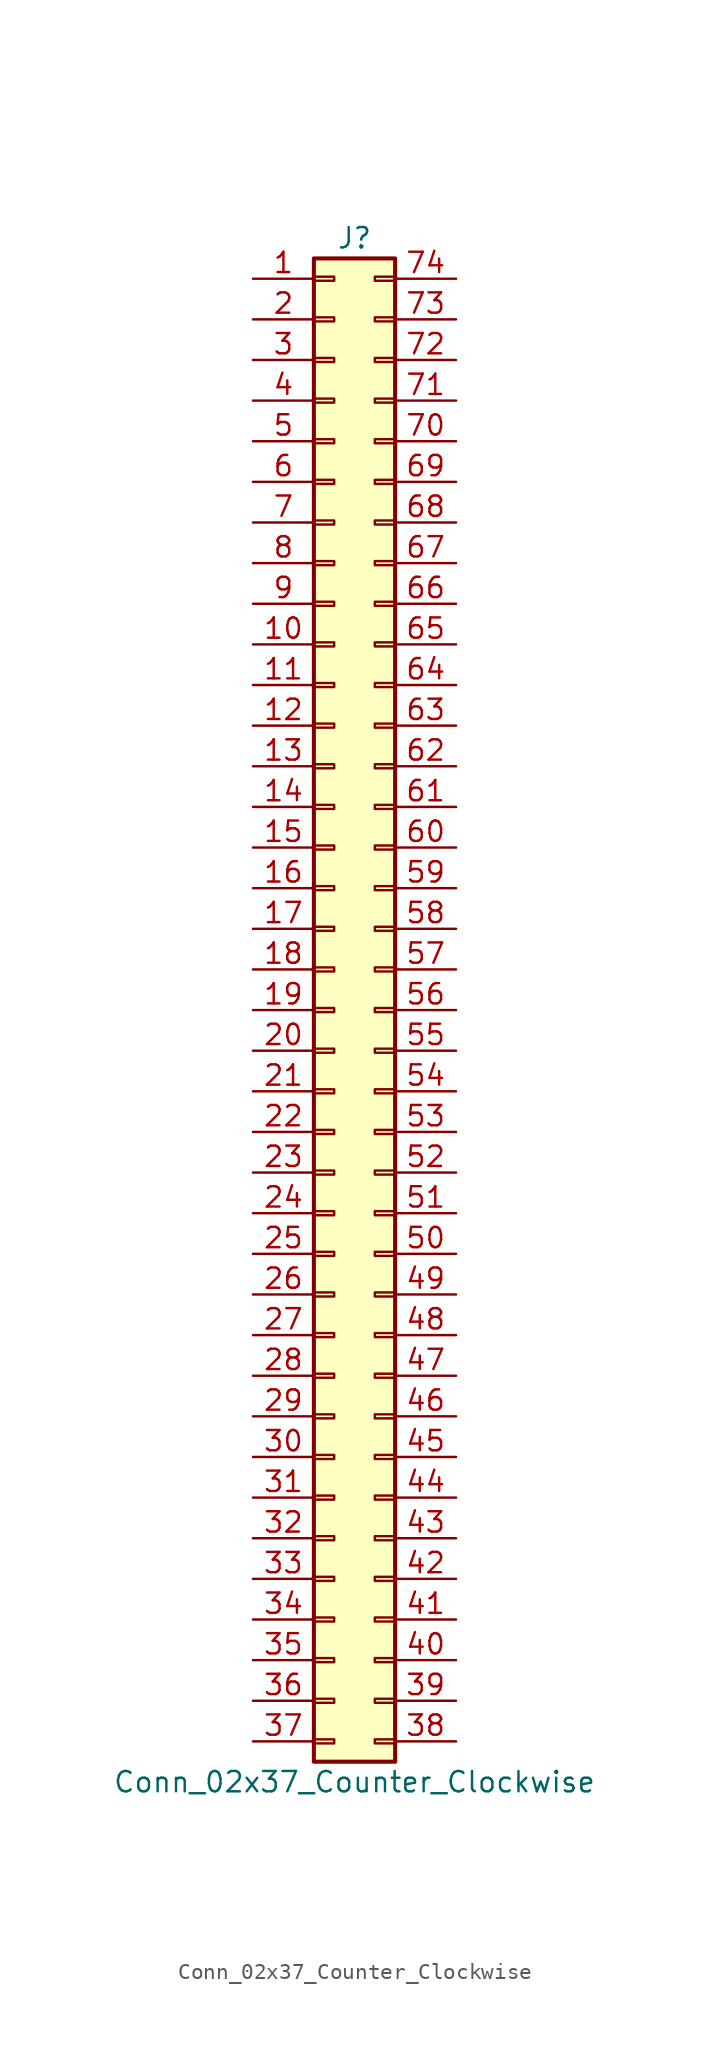
<source format=kicad_sym>
(kicad_symbol_lib
  (version 20211014)
  (generator kicad_symbol_editor)
  (symbol "Conn_02x37_Counter_Clockwise"
    (pin_names
      (offset 1.016) hide)
    (property "Reference" "J"
      (at 1.27 48.26 0)
      (effects (font (size 1.27 1.27))))
    (property "Value" "Conn_02x37_Counter_Clockwise"
      (at 1.27 -48.26 0)
      (effects (font (size 1.27 1.27))))
    (symbol "Conn_02x37_Counter_Clockwise_1_1"
      (rectangle (start -1.27 -45.593) (end 0 -45.847) (stroke (width 0.152) (type default) (color 0 0 0 0)) (fill (type none)))
      (rectangle (start -1.27 -43.053) (end 0 -43.307) (stroke (width 0.152) (type default) (color 0 0 0 0)) (fill (type none)))
      (rectangle (start -1.27 -40.513) (end 0 -40.767) (stroke (width 0.152) (type default) (color 0 0 0 0)) (fill (type none)))
      (rectangle (start -1.27 -37.973) (end 0 -38.227) (stroke (width 0.152) (type default) (color 0 0 0 0)) (fill (type none)))
      (rectangle (start -1.27 -35.433) (end 0 -35.687) (stroke (width 0.152) (type default) (color 0 0 0 0)) (fill (type none)))
      (rectangle (start -1.27 -32.893) (end 0 -33.147) (stroke (width 0.152) (type default) (color 0 0 0 0)) (fill (type none)))
      (rectangle (start -1.27 -30.353) (end 0 -30.607) (stroke (width 0.152) (type default) (color 0 0 0 0)) (fill (type none)))
      (rectangle (start -1.27 -27.813) (end 0 -28.067) (stroke (width 0.152) (type default) (color 0 0 0 0)) (fill (type none)))
      (rectangle (start -1.27 -25.273) (end 0 -25.527) (stroke (width 0.152) (type default) (color 0 0 0 0)) (fill (type none)))
      (rectangle (start -1.27 -22.733) (end 0 -22.987) (stroke (width 0.152) (type default) (color 0 0 0 0)) (fill (type none)))
      (rectangle (start -1.27 -20.193) (end 0 -20.447) (stroke (width 0.152) (type default) (color 0 0 0 0)) (fill (type none)))
      (rectangle (start -1.27 -17.653) (end 0 -17.907) (stroke (width 0.152) (type default) (color 0 0 0 0)) (fill (type none)))
      (rectangle (start -1.27 -15.113) (end 0 -15.367) (stroke (width 0.152) (type default) (color 0 0 0 0)) (fill (type none)))
      (rectangle (start -1.27 -12.573) (end 0 -12.827) (stroke (width 0.152) (type default) (color 0 0 0 0)) (fill (type none)))
      (rectangle (start -1.27 -10.033) (end 0 -10.287) (stroke (width 0.152) (type default) (color 0 0 0 0)) (fill (type none)))
      (rectangle (start -1.27 -7.493) (end 0 -7.747) (stroke (width 0.152) (type default) (color 0 0 0 0)) (fill (type none)))
      (rectangle (start -1.27 -4.953) (end 0 -5.207) (stroke (width 0.152) (type default) (color 0 0 0 0)) (fill (type none)))
      (rectangle (start -1.27 -2.413) (end 0 -2.667) (stroke (width 0.152) (type default) (color 0 0 0 0)) (fill (type none)))
      (rectangle (start -1.27 0.127) (end 0 -0.127) (stroke (width 0.152) (type default) (color 0 0 0 0)) (fill (type none)))
      (rectangle (start -1.27 2.667) (end 0 2.413) (stroke (width 0.152) (type default) (color 0 0 0 0)) (fill (type none)))
      (rectangle (start -1.27 5.207) (end 0 4.953) (stroke (width 0.152) (type default) (color 0 0 0 0)) (fill (type none)))
      (rectangle (start -1.27 7.747) (end 0 7.493) (stroke (width 0.152) (type default) (color 0 0 0 0)) (fill (type none)))
      (rectangle (start -1.27 10.287) (end 0 10.033) (stroke (width 0.152) (type default) (color 0 0 0 0)) (fill (type none)))
      (rectangle (start -1.27 12.827) (end 0 12.573) (stroke (width 0.152) (type default) (color 0 0 0 0)) (fill (type none)))
      (rectangle (start -1.27 15.367) (end 0 15.113) (stroke (width 0.152) (type default) (color 0 0 0 0)) (fill (type none)))
      (rectangle (start -1.27 17.907) (end 0 17.653) (stroke (width 0.152) (type default) (color 0 0 0 0)) (fill (type none)))
      (rectangle (start -1.27 20.447) (end 0 20.193) (stroke (width 0.152) (type default) (color 0 0 0 0)) (fill (type none)))
      (rectangle (start -1.27 22.987) (end 0 22.733) (stroke (width 0.152) (type default) (color 0 0 0 0)) (fill (type none)))
      (rectangle (start -1.27 25.527) (end 0 25.273) (stroke (width 0.152) (type default) (color 0 0 0 0)) (fill (type none)))
      (rectangle (start -1.27 28.067) (end 0 27.813) (stroke (width 0.152) (type default) (color 0 0 0 0)) (fill (type none)))
      (rectangle (start -1.27 30.607) (end 0 30.353) (stroke (width 0.152) (type default) (color 0 0 0 0)) (fill (type none)))
      (rectangle (start -1.27 33.147) (end 0 32.893) (stroke (width 0.152) (type default) (color 0 0 0 0)) (fill (type none)))
      (rectangle (start -1.27 35.687) (end 0 35.433) (stroke (width 0.152) (type default) (color 0 0 0 0)) (fill (type none)))
      (rectangle (start -1.27 38.227) (end 0 37.973) (stroke (width 0.152) (type default) (color 0 0 0 0)) (fill (type none)))
      (rectangle (start -1.27 40.767) (end 0 40.513) (stroke (width 0.152) (type default) (color 0 0 0 0)) (fill (type none)))
      (rectangle (start -1.27 43.307) (end 0 43.053) (stroke (width 0.152) (type default) (color 0 0 0 0)) (fill (type none)))
      (rectangle (start -1.27 45.847) (end 0 45.593) (stroke (width 0.152) (type default) (color 0 0 0 0)) (fill (type none)))
      (rectangle (start -1.27 46.99) (end 3.81 -46.99) (stroke (width 0.254) (type default) (color 0 0 0 0)) (fill (type background)))
      (rectangle (start 3.81 -45.593) (end 2.54 -45.847) (stroke (width 0.152) (type default) (color 0 0 0 0)) (fill (type none)))
      (rectangle (start 3.81 -43.053) (end 2.54 -43.307) (stroke (width 0.152) (type default) (color 0 0 0 0)) (fill (type none)))
      (rectangle (start 3.81 -40.513) (end 2.54 -40.767) (stroke (width 0.152) (type default) (color 0 0 0 0)) (fill (type none)))
      (rectangle (start 3.81 -37.973) (end 2.54 -38.227) (stroke (width 0.152) (type default) (color 0 0 0 0)) (fill (type none)))
      (rectangle (start 3.81 -35.433) (end 2.54 -35.687) (stroke (width 0.152) (type default) (color 0 0 0 0)) (fill (type none)))
      (rectangle (start 3.81 -32.893) (end 2.54 -33.147) (stroke (width 0.152) (type default) (color 0 0 0 0)) (fill (type none)))
      (rectangle (start 3.81 -30.353) (end 2.54 -30.607) (stroke (width 0.152) (type default) (color 0 0 0 0)) (fill (type none)))
      (rectangle (start 3.81 -27.813) (end 2.54 -28.067) (stroke (width 0.152) (type default) (color 0 0 0 0)) (fill (type none)))
      (rectangle (start 3.81 -25.273) (end 2.54 -25.527) (stroke (width 0.152) (type default) (color 0 0 0 0)) (fill (type none)))
      (rectangle (start 3.81 -22.733) (end 2.54 -22.987) (stroke (width 0.152) (type default) (color 0 0 0 0)) (fill (type none)))
      (rectangle (start 3.81 -20.193) (end 2.54 -20.447) (stroke (width 0.152) (type default) (color 0 0 0 0)) (fill (type none)))
      (rectangle (start 3.81 -17.653) (end 2.54 -17.907) (stroke (width 0.152) (type default) (color 0 0 0 0)) (fill (type none)))
      (rectangle (start 3.81 -15.113) (end 2.54 -15.367) (stroke (width 0.152) (type default) (color 0 0 0 0)) (fill (type none)))
      (rectangle (start 3.81 -12.573) (end 2.54 -12.827) (stroke (width 0.152) (type default) (color 0 0 0 0)) (fill (type none)))
      (rectangle (start 3.81 -10.033) (end 2.54 -10.287) (stroke (width 0.152) (type default) (color 0 0 0 0)) (fill (type none)))
      (rectangle (start 3.81 -7.493) (end 2.54 -7.747) (stroke (width 0.152) (type default) (color 0 0 0 0)) (fill (type none)))
      (rectangle (start 3.81 -4.953) (end 2.54 -5.207) (stroke (width 0.152) (type default) (color 0 0 0 0)) (fill (type none)))
      (rectangle (start 3.81 -2.413) (end 2.54 -2.667) (stroke (width 0.152) (type default) (color 0 0 0 0)) (fill (type none)))
      (rectangle (start 3.81 0.127) (end 2.54 -0.127) (stroke (width 0.152) (type default) (color 0 0 0 0)) (fill (type none)))
      (rectangle (start 3.81 2.667) (end 2.54 2.413) (stroke (width 0.152) (type default) (color 0 0 0 0)) (fill (type none)))
      (rectangle (start 3.81 5.207) (end 2.54 4.953) (stroke (width 0.152) (type default) (color 0 0 0 0)) (fill (type none)))
      (rectangle (start 3.81 7.747) (end 2.54 7.493) (stroke (width 0.152) (type default) (color 0 0 0 0)) (fill (type none)))
      (rectangle (start 3.81 10.287) (end 2.54 10.033) (stroke (width 0.152) (type default) (color 0 0 0 0)) (fill (type none)))
      (rectangle (start 3.81 12.827) (end 2.54 12.573) (stroke (width 0.152) (type default) (color 0 0 0 0)) (fill (type none)))
      (rectangle (start 3.81 15.367) (end 2.54 15.113) (stroke (width 0.152) (type default) (color 0 0 0 0)) (fill (type none)))
      (rectangle (start 3.81 17.907) (end 2.54 17.653) (stroke (width 0.152) (type default) (color 0 0 0 0)) (fill (type none)))
      (rectangle (start 3.81 20.447) (end 2.54 20.193) (stroke (width 0.152) (type default) (color 0 0 0 0)) (fill (type none)))
      (rectangle (start 3.81 22.987) (end 2.54 22.733) (stroke (width 0.152) (type default) (color 0 0 0 0)) (fill (type none)))
      (rectangle (start 3.81 25.527) (end 2.54 25.273) (stroke (width 0.152) (type default) (color 0 0 0 0)) (fill (type none)))
      (rectangle (start 3.81 28.067) (end 2.54 27.813) (stroke (width 0.152) (type default) (color 0 0 0 0)) (fill (type none)))
      (rectangle (start 3.81 30.607) (end 2.54 30.353) (stroke (width 0.152) (type default) (color 0 0 0 0)) (fill (type none)))
      (rectangle (start 3.81 33.147) (end 2.54 32.893) (stroke (width 0.152) (type default) (color 0 0 0 0)) (fill (type none)))
      (rectangle (start 3.81 35.687) (end 2.54 35.433) (stroke (width 0.152) (type default) (color 0 0 0 0)) (fill (type none)))
      (rectangle (start 3.81 38.227) (end 2.54 37.973) (stroke (width 0.152) (type default) (color 0 0 0 0)) (fill (type none)))
      (rectangle (start 3.81 40.767) (end 2.54 40.513) (stroke (width 0.152) (type default) (color 0 0 0 0)) (fill (type none)))
      (rectangle (start 3.81 43.307) (end 2.54 43.053) (stroke (width 0.152) (type default) (color 0 0 0 0)) (fill (type none)))
      (rectangle (start 3.81 45.847) (end 2.54 45.593) (stroke (width 0.152) (type default) (color 0 0 0 0)) (fill (type none)))
      (pin passive line (at -5.08 45.72 0) (length 3.81) (name "Pin_1" (effects (font (size 1.27 1.27)))) (number "1" (effects (font (size 1.27 1.27)))))
      (pin passive line (at -5.08 22.86 0) (length 3.81) (name "Pin_10" (effects (font (size 1.27 1.27)))) (number "10" (effects (font (size 1.27 1.27)))))
      (pin passive line (at -5.08 20.32 0) (length 3.81) (name "Pin_11" (effects (font (size 1.27 1.27)))) (number "11" (effects (font (size 1.27 1.27)))))
      (pin passive line (at -5.08 17.78 0) (length 3.81) (name "Pin_12" (effects (font (size 1.27 1.27)))) (number "12" (effects (font (size 1.27 1.27)))))
      (pin passive line (at -5.08 15.24 0) (length 3.81) (name "Pin_13" (effects (font (size 1.27 1.27)))) (number "13" (effects (font (size 1.27 1.27)))))
      (pin passive line (at -5.08 12.7 0) (length 3.81) (name "Pin_14" (effects (font (size 1.27 1.27)))) (number "14" (effects (font (size 1.27 1.27)))))
      (pin passive line (at -5.08 10.16 0) (length 3.81) (name "Pin_15" (effects (font (size 1.27 1.27)))) (number "15" (effects (font (size 1.27 1.27)))))
      (pin passive line (at -5.08 7.62 0) (length 3.81) (name "Pin_16" (effects (font (size 1.27 1.27)))) (number "16" (effects (font (size 1.27 1.27)))))
      (pin passive line (at -5.08 5.08 0) (length 3.81) (name "Pin_17" (effects (font (size 1.27 1.27)))) (number "17" (effects (font (size 1.27 1.27)))))
      (pin passive line (at -5.08 2.54 0) (length 3.81) (name "Pin_18" (effects (font (size 1.27 1.27)))) (number "18" (effects (font (size 1.27 1.27)))))
      (pin passive line (at -5.08 0 0) (length 3.81) (name "Pin_19" (effects (font (size 1.27 1.27)))) (number "19" (effects (font (size 1.27 1.27)))))
      (pin passive line (at -5.08 43.18 0) (length 3.81) (name "Pin_2" (effects (font (size 1.27 1.27)))) (number "2" (effects (font (size 1.27 1.27)))))
      (pin passive line (at -5.08 -2.54 0) (length 3.81) (name "Pin_20" (effects (font (size 1.27 1.27)))) (number "20" (effects (font (size 1.27 1.27)))))
      (pin passive line (at -5.08 -5.08 0) (length 3.81) (name "Pin_21" (effects (font (size 1.27 1.27)))) (number "21" (effects (font (size 1.27 1.27)))))
      (pin passive line (at -5.08 -7.62 0) (length 3.81) (name "Pin_22" (effects (font (size 1.27 1.27)))) (number "22" (effects (font (size 1.27 1.27)))))
      (pin passive line (at -5.08 -10.16 0) (length 3.81) (name "Pin_23" (effects (font (size 1.27 1.27)))) (number "23" (effects (font (size 1.27 1.27)))))
      (pin passive line (at -5.08 -12.7 0) (length 3.81) (name "Pin_24" (effects (font (size 1.27 1.27)))) (number "24" (effects (font (size 1.27 1.27)))))
      (pin passive line (at -5.08 -15.24 0) (length 3.81) (name "Pin_25" (effects (font (size 1.27 1.27)))) (number "25" (effects (font (size 1.27 1.27)))))
      (pin passive line (at -5.08 -17.78 0) (length 3.81) (name "Pin_26" (effects (font (size 1.27 1.27)))) (number "26" (effects (font (size 1.27 1.27)))))
      (pin passive line (at -5.08 -20.32 0) (length 3.81) (name "Pin_27" (effects (font (size 1.27 1.27)))) (number "27" (effects (font (size 1.27 1.27)))))
      (pin passive line (at -5.08 -22.86 0) (length 3.81) (name "Pin_28" (effects (font (size 1.27 1.27)))) (number "28" (effects (font (size 1.27 1.27)))))
      (pin passive line (at -5.08 -25.4 0) (length 3.81) (name "Pin_29" (effects (font (size 1.27 1.27)))) (number "29" (effects (font (size 1.27 1.27)))))
      (pin passive line (at -5.08 40.64 0) (length 3.81) (name "Pin_3" (effects (font (size 1.27 1.27)))) (number "3" (effects (font (size 1.27 1.27)))))
      (pin passive line (at -5.08 -27.94 0) (length 3.81) (name "Pin_30" (effects (font (size 1.27 1.27)))) (number "30" (effects (font (size 1.27 1.27)))))
      (pin passive line (at -5.08 -30.48 0) (length 3.81) (name "Pin_31" (effects (font (size 1.27 1.27)))) (number "31" (effects (font (size 1.27 1.27)))))
      (pin passive line (at -5.08 -33.02 0) (length 3.81) (name "Pin_32" (effects (font (size 1.27 1.27)))) (number "32" (effects (font (size 1.27 1.27)))))
      (pin passive line (at -5.08 -35.56 0) (length 3.81) (name "Pin_33" (effects (font (size 1.27 1.27)))) (number "33" (effects (font (size 1.27 1.27)))))
      (pin passive line (at -5.08 -38.1 0) (length 3.81) (name "Pin_34" (effects (font (size 1.27 1.27)))) (number "34" (effects (font (size 1.27 1.27)))))
      (pin passive line (at -5.08 -40.64 0) (length 3.81) (name "Pin_35" (effects (font (size 1.27 1.27)))) (number "35" (effects (font (size 1.27 1.27)))))
      (pin passive line (at -5.08 -43.18 0) (length 3.81) (name "Pin_36" (effects (font (size 1.27 1.27)))) (number "36" (effects (font (size 1.27 1.27)))))
      (pin passive line (at -5.08 -45.72 0) (length 3.81) (name "Pin_37" (effects (font (size 1.27 1.27)))) (number "37" (effects (font (size 1.27 1.27)))))
      (pin passive line (at 7.62 -45.72 180) (length 3.81) (name "Pin_38" (effects (font (size 1.27 1.27)))) (number "38" (effects (font (size 1.27 1.27)))))
      (pin passive line (at 7.62 -43.18 180) (length 3.81) (name "Pin_39" (effects (font (size 1.27 1.27)))) (number "39" (effects (font (size 1.27 1.27)))))
      (pin passive line (at -5.08 38.1 0) (length 3.81) (name "Pin_4" (effects (font (size 1.27 1.27)))) (number "4" (effects (font (size 1.27 1.27)))))
      (pin passive line (at 7.62 -40.64 180) (length 3.81) (name "Pin_40" (effects (font (size 1.27 1.27)))) (number "40" (effects (font (size 1.27 1.27)))))
      (pin passive line (at 7.62 -38.1 180) (length 3.81) (name "Pin_41" (effects (font (size 1.27 1.27)))) (number "41" (effects (font (size 1.27 1.27)))))
      (pin passive line (at 7.62 -35.56 180) (length 3.81) (name "Pin_42" (effects (font (size 1.27 1.27)))) (number "42" (effects (font (size 1.27 1.27)))))
      (pin passive line (at 7.62 -33.02 180) (length 3.81) (name "Pin_43" (effects (font (size 1.27 1.27)))) (number "43" (effects (font (size 1.27 1.27)))))
      (pin passive line (at 7.62 -30.48 180) (length 3.81) (name "Pin_44" (effects (font (size 1.27 1.27)))) (number "44" (effects (font (size 1.27 1.27)))))
      (pin passive line (at 7.62 -27.94 180) (length 3.81) (name "Pin_45" (effects (font (size 1.27 1.27)))) (number "45" (effects (font (size 1.27 1.27)))))
      (pin passive line (at 7.62 -25.4 180) (length 3.81) (name "Pin_46" (effects (font (size 1.27 1.27)))) (number "46" (effects (font (size 1.27 1.27)))))
      (pin passive line (at 7.62 -22.86 180) (length 3.81) (name "Pin_47" (effects (font (size 1.27 1.27)))) (number "47" (effects (font (size 1.27 1.27)))))
      (pin passive line (at 7.62 -20.32 180) (length 3.81) (name "Pin_48" (effects (font (size 1.27 1.27)))) (number "48" (effects (font (size 1.27 1.27)))))
      (pin passive line (at 7.62 -17.78 180) (length 3.81) (name "Pin_49" (effects (font (size 1.27 1.27)))) (number "49" (effects (font (size 1.27 1.27)))))
      (pin passive line (at -5.08 35.56 0) (length 3.81) (name "Pin_5" (effects (font (size 1.27 1.27)))) (number "5" (effects (font (size 1.27 1.27)))))
      (pin passive line (at 7.62 -15.24 180) (length 3.81) (name "Pin_50" (effects (font (size 1.27 1.27)))) (number "50" (effects (font (size 1.27 1.27)))))
      (pin passive line (at 7.62 -12.7 180) (length 3.81) (name "Pin_51" (effects (font (size 1.27 1.27)))) (number "51" (effects (font (size 1.27 1.27)))))
      (pin passive line (at 7.62 -10.16 180) (length 3.81) (name "Pin_52" (effects (font (size 1.27 1.27)))) (number "52" (effects (font (size 1.27 1.27)))))
      (pin passive line (at 7.62 -7.62 180) (length 3.81) (name "Pin_53" (effects (font (size 1.27 1.27)))) (number "53" (effects (font (size 1.27 1.27)))))
      (pin passive line (at 7.62 -5.08 180) (length 3.81) (name "Pin_54" (effects (font (size 1.27 1.27)))) (number "54" (effects (font (size 1.27 1.27)))))
      (pin passive line (at 7.62 -2.54 180) (length 3.81) (name "Pin_55" (effects (font (size 1.27 1.27)))) (number "55" (effects (font (size 1.27 1.27)))))
      (pin passive line (at 7.62 0 180) (length 3.81) (name "Pin_56" (effects (font (size 1.27 1.27)))) (number "56" (effects (font (size 1.27 1.27)))))
      (pin passive line (at 7.62 2.54 180) (length 3.81) (name "Pin_57" (effects (font (size 1.27 1.27)))) (number "57" (effects (font (size 1.27 1.27)))))
      (pin passive line (at 7.62 5.08 180) (length 3.81) (name "Pin_58" (effects (font (size 1.27 1.27)))) (number "58" (effects (font (size 1.27 1.27)))))
      (pin passive line (at 7.62 7.62 180) (length 3.81) (name "Pin_59" (effects (font (size 1.27 1.27)))) (number "59" (effects (font (size 1.27 1.27)))))
      (pin passive line (at -5.08 33.02 0) (length 3.81) (name "Pin_6" (effects (font (size 1.27 1.27)))) (number "6" (effects (font (size 1.27 1.27)))))
      (pin passive line (at 7.62 10.16 180) (length 3.81) (name "Pin_60" (effects (font (size 1.27 1.27)))) (number "60" (effects (font (size 1.27 1.27)))))
      (pin passive line (at 7.62 12.7 180) (length 3.81) (name "Pin_61" (effects (font (size 1.27 1.27)))) (number "61" (effects (font (size 1.27 1.27)))))
      (pin passive line (at 7.62 15.24 180) (length 3.81) (name "Pin_62" (effects (font (size 1.27 1.27)))) (number "62" (effects (font (size 1.27 1.27)))))
      (pin passive line (at 7.62 17.78 180) (length 3.81) (name "Pin_63" (effects (font (size 1.27 1.27)))) (number "63" (effects (font (size 1.27 1.27)))))
      (pin passive line (at 7.62 20.32 180) (length 3.81) (name "Pin_64" (effects (font (size 1.27 1.27)))) (number "64" (effects (font (size 1.27 1.27)))))
      (pin passive line (at 7.62 22.86 180) (length 3.81) (name "Pin_65" (effects (font (size 1.27 1.27)))) (number "65" (effects (font (size 1.27 1.27)))))
      (pin passive line (at 7.62 25.4 180) (length 3.81) (name "Pin_66" (effects (font (size 1.27 1.27)))) (number "66" (effects (font (size 1.27 1.27)))))
      (pin passive line (at 7.62 27.94 180) (length 3.81) (name "Pin_67" (effects (font (size 1.27 1.27)))) (number "67" (effects (font (size 1.27 1.27)))))
      (pin passive line (at 7.62 30.48 180) (length 3.81) (name "Pin_68" (effects (font (size 1.27 1.27)))) (number "68" (effects (font (size 1.27 1.27)))))
      (pin passive line (at 7.62 33.02 180) (length 3.81) (name "Pin_69" (effects (font (size 1.27 1.27)))) (number "69" (effects (font (size 1.27 1.27)))))
      (pin passive line (at -5.08 30.48 0) (length 3.81) (name "Pin_7" (effects (font (size 1.27 1.27)))) (number "7" (effects (font (size 1.27 1.27)))))
      (pin passive line (at 7.62 35.56 180) (length 3.81) (name "Pin_70" (effects (font (size 1.27 1.27)))) (number "70" (effects (font (size 1.27 1.27)))))
      (pin passive line (at 7.62 38.1 180) (length 3.81) (name "Pin_71" (effects (font (size 1.27 1.27)))) (number "71" (effects (font (size 1.27 1.27)))))
      (pin passive line (at 7.62 40.64 180) (length 3.81) (name "Pin_72" (effects (font (size 1.27 1.27)))) (number "72" (effects (font (size 1.27 1.27)))))
      (pin passive line (at 7.62 43.18 180) (length 3.81) (name "Pin_73" (effects (font (size 1.27 1.27)))) (number "73" (effects (font (size 1.27 1.27)))))
      (pin passive line (at 7.62 45.72 180) (length 3.81) (name "Pin_74" (effects (font (size 1.27 1.27)))) (number "74" (effects (font (size 1.27 1.27)))))
      (pin passive line (at -5.08 27.94 0) (length 3.81) (name "Pin_8" (effects (font (size 1.27 1.27)))) (number "8" (effects (font (size 1.27 1.27)))))
      (pin passive line (at -5.08 25.4 0) (length 3.81) (name "Pin_9" (effects (font (size 1.27 1.27)))) (number "9" (effects (font (size 1.27 1.27))))))))
</source>
